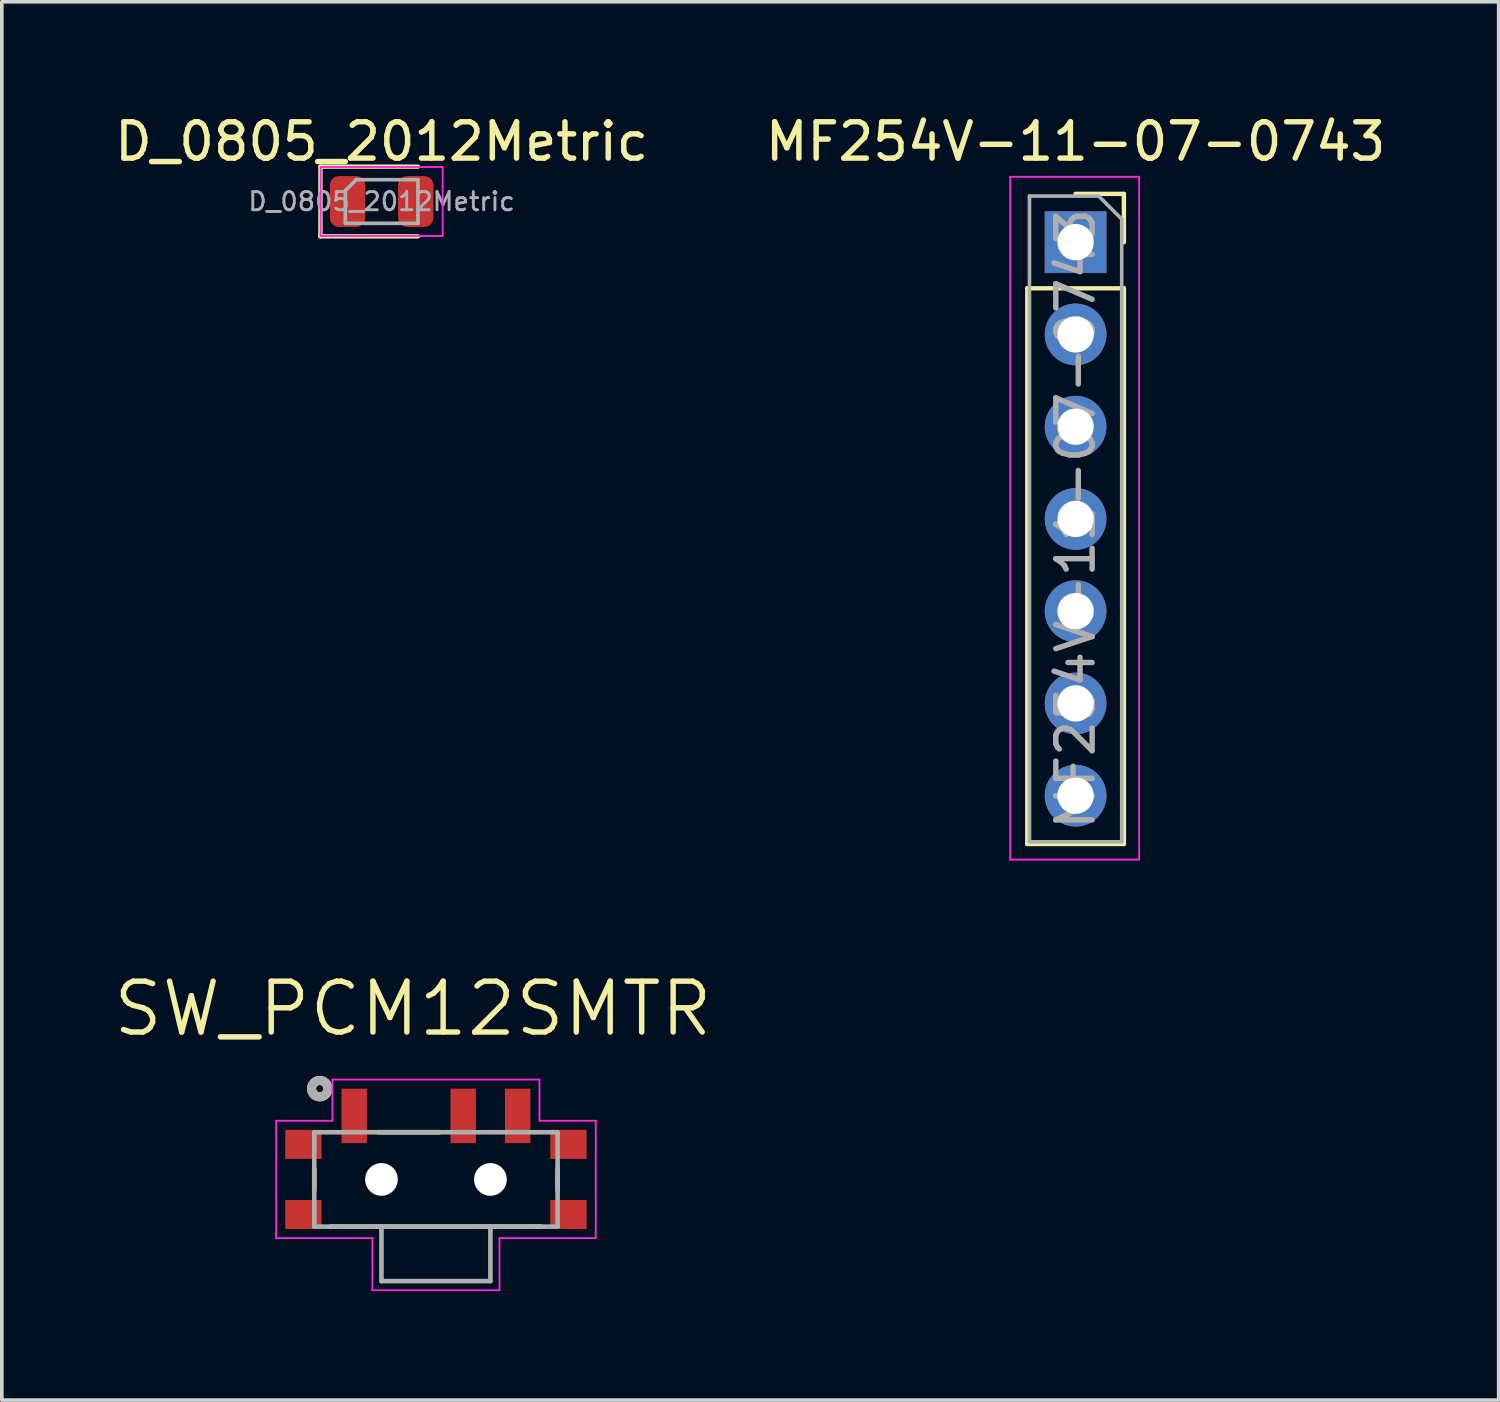
<source format=kicad_pcb>
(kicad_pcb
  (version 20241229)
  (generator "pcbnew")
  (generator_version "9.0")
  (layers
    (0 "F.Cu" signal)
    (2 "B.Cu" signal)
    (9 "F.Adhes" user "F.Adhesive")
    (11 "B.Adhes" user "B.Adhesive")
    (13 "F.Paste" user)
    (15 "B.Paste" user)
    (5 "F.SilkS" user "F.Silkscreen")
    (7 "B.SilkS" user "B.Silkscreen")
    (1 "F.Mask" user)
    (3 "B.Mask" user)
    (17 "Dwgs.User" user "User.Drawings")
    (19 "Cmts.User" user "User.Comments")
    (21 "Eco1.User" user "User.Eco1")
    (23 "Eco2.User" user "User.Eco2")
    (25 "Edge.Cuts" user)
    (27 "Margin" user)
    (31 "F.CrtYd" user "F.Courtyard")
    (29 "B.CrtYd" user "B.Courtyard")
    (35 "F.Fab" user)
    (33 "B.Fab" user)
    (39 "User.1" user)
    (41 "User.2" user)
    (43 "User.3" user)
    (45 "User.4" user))
  (footprint "SW_PCM12SMTR"
    (layer "F.Cu")
    (at 8.953 29.424)
    (property "Reference" "SW_PCM12SMTR" (at -0.635 -4.699 0) (layer "F.SilkS") (effects (font (size 1.4 1.4) (thickness 0.15))))
    (attr smd)
    (fp_line (start -3.35 0.3) (end -3.35 -0.3) (stroke (width 0.127) (type solid)) (layer "F.SilkS"))
    (fp_line (start -2.9 1.3) (end 2.9 1.3) (stroke (width 0.127) (type solid)) (layer "F.SilkS"))
    (fp_line (start -1.6 -1.3) (end 0.1 -1.3) (stroke (width 0.127) (type solid)) (layer "F.SilkS"))
    (fp_line (start 3.35 -0.3) (end 3.35 0.3) (stroke (width 0.127) (type solid)) (layer "F.SilkS"))
    (fp_circle (center -3.2 -2.5) (end -3.1 -2.5) (stroke (width 0.25) (type solid)) (fill no) (layer "F.SilkS"))
    (fp_line (start -4.4 -1.615) (end -2.85 -1.615) (stroke (width 0.05) (type solid)) (layer "F.CrtYd"))
    (fp_line (start -4.4 1.615) (end -4.4 -1.615) (stroke (width 0.05) (type solid)) (layer "F.CrtYd"))
    (fp_line (start -2.85 -2.75) (end 2.85 -2.75) (stroke (width 0.05) (type solid)) (layer "F.CrtYd"))
    (fp_line (start -2.85 -1.615) (end -2.85 -2.75) (stroke (width 0.05) (type solid)) (layer "F.CrtYd"))
    (fp_line (start -1.75 1.615) (end -4.4 1.615) (stroke (width 0.05) (type solid)) (layer "F.CrtYd"))
    (fp_line (start -1.75 3.05) (end -1.75 1.615) (stroke (width 0.05) (type solid)) (layer "F.CrtYd"))
    (fp_line (start 1.75 1.615) (end 1.75 3.05) (stroke (width 0.05) (type solid)) (layer "F.CrtYd"))
    (fp_line (start 1.75 3.05) (end -1.75 3.05) (stroke (width 0.05) (type solid)) (layer "F.CrtYd"))
    (fp_line (start 2.85 -2.75) (end 2.85 -1.615) (stroke (width 0.05) (type solid)) (layer "F.CrtYd"))
    (fp_line (start 2.85 -1.615) (end 4.4 -1.615) (stroke (width 0.05) (type solid)) (layer "F.CrtYd"))
    (fp_line (start 4.4 -1.615) (end 4.4 1.615) (stroke (width 0.05) (type solid)) (layer "F.CrtYd"))
    (fp_line (start 4.4 1.615) (end 1.75 1.615) (stroke (width 0.05) (type solid)) (layer "F.CrtYd"))
    (fp_line (start -3.35 -1.3) (end 3.35 -1.3) (stroke (width 0.127) (type solid)) (layer "F.Fab"))
    (fp_line (start -3.35 1.3) (end -3.35 -1.3) (stroke (width 0.127) (type solid)) (layer "F.Fab"))
    (fp_line (start -1.5 1.3) (end -3.35 1.3) (stroke (width 0.127) (type solid)) (layer "F.Fab"))
    (fp_line (start -1.5 1.3) (end -1.5 2.8) (stroke (width 0.127) (type solid)) (layer "F.Fab"))
    (fp_line (start -1.5 2.8) (end 1.5 2.8) (stroke (width 0.127) (type solid)) (layer "F.Fab"))
    (fp_line (start 1.5 1.3) (end -1.5 1.3) (stroke (width 0.127) (type solid)) (layer "F.Fab"))
    (fp_line (start 1.5 2.8) (end 1.5 1.3) (stroke (width 0.127) (type solid)) (layer "F.Fab"))
    (fp_line (start 3.35 -1.3) (end 3.35 1.3) (stroke (width 0.127) (type solid)) (layer "F.Fab"))
    (fp_line (start 3.35 1.3) (end 1.5 1.3) (stroke (width 0.127) (type solid)) (layer "F.Fab"))
    (fp_circle (center -3.2 -2.5) (end -3.1 -2.5) (stroke (width 0.25) (type solid)) (fill no) (layer "F.Fab"))
    (pad "" np_thru_hole circle (at -1.5 0) (size 0.9 0.9) (drill 0.9) (layers "*.Cu" "*.Mask"))
    (pad "" np_thru_hole circle (at 1.5 0) (size 0.9 0.9) (drill 0.9) (layers "*.Cu" "*.Mask"))
    (pad "1" smd rect (at -2.25 -1.75) (size 0.7 1.5) (layers "F.Cu" "F.Mask" "F.Paste"))
    (pad "2" smd rect (at 0.75 -1.75) (size 0.7 1.5) (layers "F.Cu" "F.Mask" "F.Paste"))
    (pad "3" smd rect (at 2.25 -1.75) (size 0.7 1.5) (layers "F.Cu" "F.Mask" "F.Paste"))
    (pad "S1" smd rect (at -3.65 -0.965) (size 1 0.8) (layers "F.Cu" "F.Mask" "F.Paste"))
    (pad "S2" smd rect (at -3.65 0.965) (size 1 0.8) (layers "F.Cu" "F.Mask" "F.Paste"))
    (pad "S3" smd rect (at 3.65 0.965) (size 1 0.8) (layers "F.Cu" "F.Mask" "F.Paste"))
    (pad "S4" smd rect (at 3.65 -0.965) (size 1 0.8) (layers "F.Cu" "F.Mask" "F.Paste")))
  (footprint "D_0805_2012Metric"
    (layer "F.Cu")
    (at 7.458 2.498)
    (property "Reference" "D_0805_2012Metric" (at 0 -1.65 0) (layer "F.SilkS") (effects (font (size 1 1) (thickness 0.15))))
    (attr smd allow_missing_courtyard)
    (fp_line (start -1.685 -0.96) (end -1.685 0.96) (stroke (width 0.12) (type solid)) (layer "F.SilkS"))
    (fp_line (start -1.685 0.96) (end 1 0.96) (stroke (width 0.12) (type solid)) (layer "F.SilkS"))
    (fp_line (start 1 -0.96) (end -1.685 -0.96) (stroke (width 0.12) (type solid)) (layer "F.SilkS"))
    (fp_line (start -1.68 -0.95) (end 1.68 -0.95) (stroke (width 0.05) (type solid)) (layer "F.CrtYd"))
    (fp_line (start -1.68 0.95) (end -1.68 -0.95) (stroke (width 0.05) (type solid)) (layer "F.CrtYd"))
    (fp_line (start 1.68 -0.95) (end 1.68 0.95) (stroke (width 0.05) (type solid)) (layer "F.CrtYd"))
    (fp_line (start 1.68 0.95) (end -1.68 0.95) (stroke (width 0.05) (type solid)) (layer "F.CrtYd"))
    (fp_line (start -1 -0.3) (end -1 0.6) (stroke (width 0.1) (type solid)) (layer "F.Fab"))
    (fp_line (start -1 0.6) (end 1 0.6) (stroke (width 0.1) (type solid)) (layer "F.Fab"))
    (fp_line (start -0.7 -0.6) (end -1 -0.3) (stroke (width 0.1) (type solid)) (layer "F.Fab"))
    (fp_line (start 1 -0.6) (end -0.7 -0.6) (stroke (width 0.1) (type solid)) (layer "F.Fab"))
    (fp_line (start 1 0.6) (end 1 -0.6) (stroke (width 0.1) (type solid)) (layer "F.Fab"))
    (fp_text user "${REFERENCE}" (at 0 0 0) (layer "F.Fab") (effects (font (size 0.5 0.5) (thickness 0.08))))
    (pad "1" smd roundrect (at -0.938 0) (size 0.975 1.4) (layers "F.Cu" "F.Mask" "F.Paste") (roundrect_rratio 0.25))
    (pad "2" smd roundrect (at 0.938 0) (size 0.975 1.4) (layers "F.Cu" "F.Mask" "F.Paste") (roundrect_rratio 0.25)))
  (footprint "MF254V-11-07-0743"
    (layer "F.Cu")
    (at 26.565 11.238)
    (property "Reference" "MF254V-11-07-0743" (at 0 -10.39 0) (layer "F.SilkS") (effects (font (size 1 1) (thickness 0.15))))
    (attr through_hole)
    (fp_line (start -1.33 -6.35) (end -1.33 8.95) (stroke (width 0.12) (type solid)) (layer "F.SilkS"))
    (fp_line (start -1.33 -6.35) (end 1.33 -6.35) (stroke (width 0.12) (type solid)) (layer "F.SilkS"))
    (fp_line (start -1.33 8.95) (end 1.33 8.95) (stroke (width 0.12) (type solid)) (layer "F.SilkS"))
    (fp_line (start 0 -8.95) (end 1.33 -8.95) (stroke (width 0.12) (type solid)) (layer "F.SilkS"))
    (fp_line (start 1.33 -8.95) (end 1.33 -7.62) (stroke (width 0.12) (type solid)) (layer "F.SilkS"))
    (fp_line (start 1.33 -6.35) (end 1.33 8.95) (stroke (width 0.12) (type solid)) (layer "F.SilkS"))
    (fp_line (start -1.8 -9.42) (end 1.75 -9.42) (stroke (width 0.05) (type solid)) (layer "F.CrtYd"))
    (fp_line (start -1.8 9.38) (end -1.8 -9.42) (stroke (width 0.05) (type solid)) (layer "F.CrtYd"))
    (fp_line (start 1.75 -9.42) (end 1.75 9.38) (stroke (width 0.05) (type solid)) (layer "F.CrtYd"))
    (fp_line (start 1.75 9.38) (end -1.8 9.38) (stroke (width 0.05) (type solid)) (layer "F.CrtYd"))
    (fp_line (start -1.27 -8.89) (end 0.635 -8.89) (stroke (width 0.1) (type solid)) (layer "F.Fab"))
    (fp_line (start -1.27 8.89) (end -1.27 -8.89) (stroke (width 0.1) (type solid)) (layer "F.Fab"))
    (fp_line (start 0.635 -8.89) (end 1.27 -8.255) (stroke (width 0.1) (type solid)) (layer "F.Fab"))
    (fp_line (start 1.27 -8.255) (end 1.27 8.89) (stroke (width 0.1) (type solid)) (layer "F.Fab"))
    (fp_line (start 1.27 8.89) (end -1.27 8.89) (stroke (width 0.1) (type solid)) (layer "F.Fab"))
    (fp_text user "${REFERENCE}" (at 0 0 90) (layer "F.Fab") (effects (font (size 1 1) (thickness 0.15))))
    (pad "1" thru_hole rect (at 0 -7.62) (size 1.7 1.7) (drill 1) (layers "*.Cu" "*.Mask"))
    (pad "2" thru_hole oval (at 0 -5.08) (size 1.7 1.7) (drill 1) (layers "*.Cu" "*.Mask"))
    (pad "3" thru_hole oval (at 0 -2.54) (size 1.7 1.7) (drill 1) (layers "*.Cu" "*.Mask"))
    (pad "4" thru_hole oval (at 0 0) (size 1.7 1.7) (drill 1) (layers "*.Cu" "*.Mask"))
    (pad "5" thru_hole oval (at 0 2.54) (size 1.7 1.7) (drill 1) (layers "*.Cu" "*.Mask"))
    (pad "6" thru_hole oval (at 0 5.08) (size 1.7 1.7) (drill 1) (layers "*.Cu" "*.Mask"))
    (pad "7" thru_hole oval (at 0 7.62) (size 1.7 1.7) (drill 1) (layers "*.Cu" "*.Mask")))
  (gr_rect
    (start -3 -3)
    (end 38.214 35.499)
    (stroke (width 0.1) (type default))
    (fill no)
    (layer "Edge.Cuts")))
</source>
